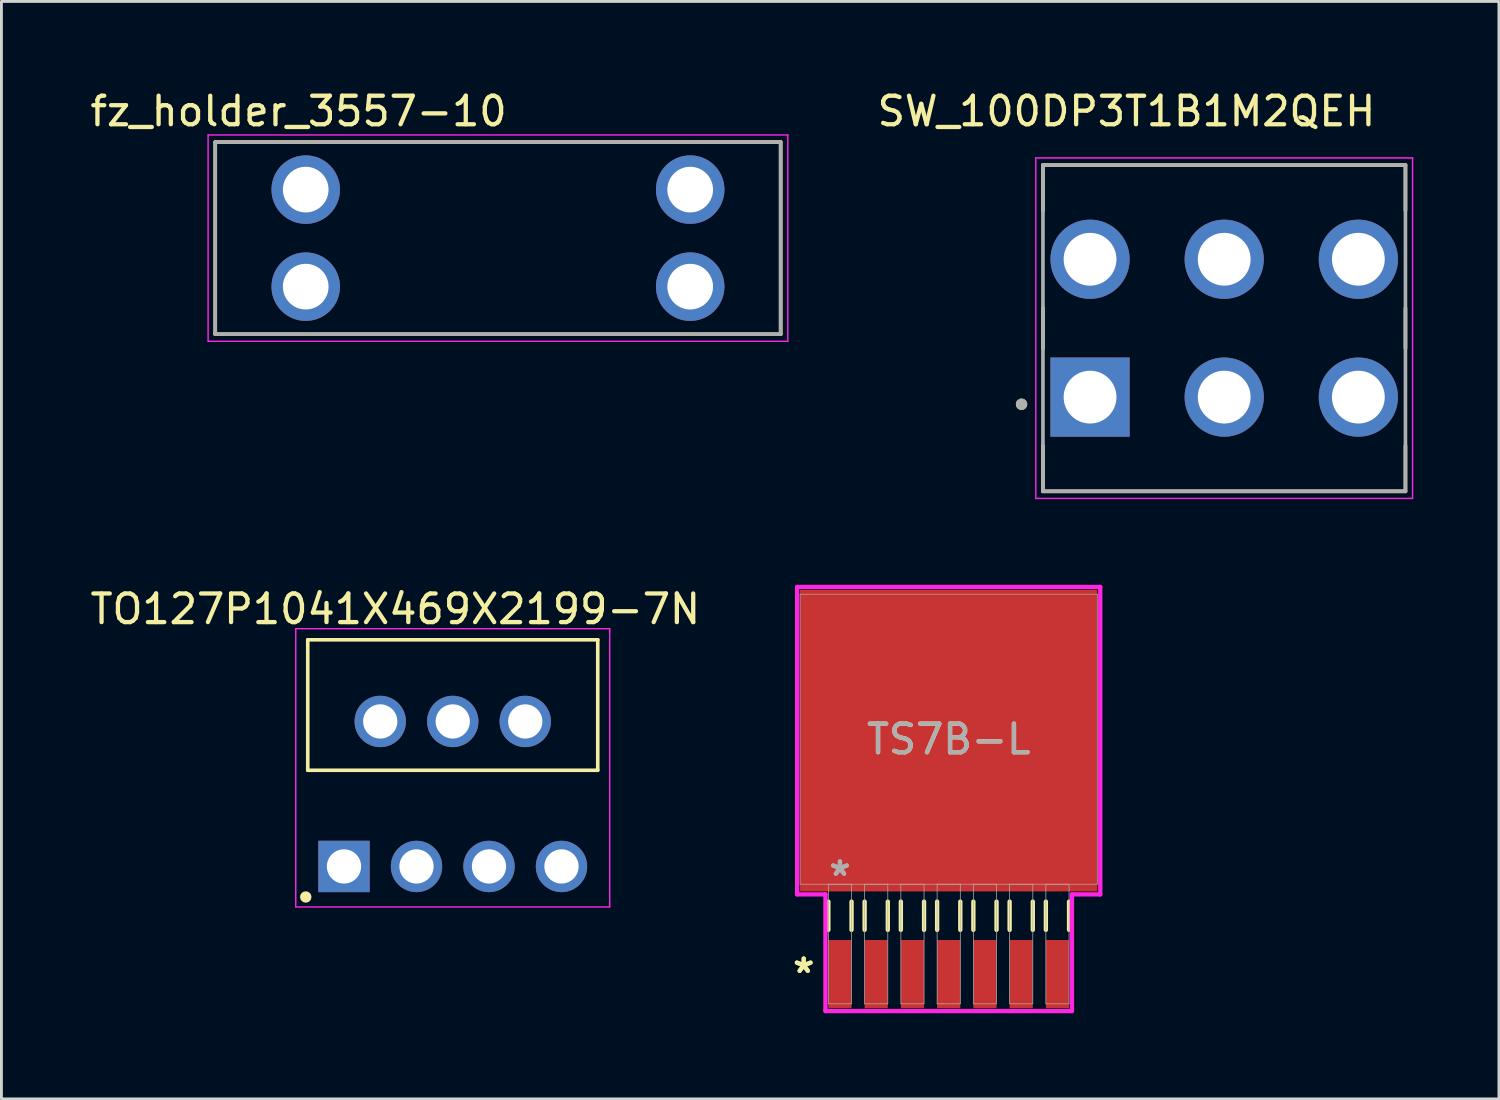
<source format=kicad_pcb>
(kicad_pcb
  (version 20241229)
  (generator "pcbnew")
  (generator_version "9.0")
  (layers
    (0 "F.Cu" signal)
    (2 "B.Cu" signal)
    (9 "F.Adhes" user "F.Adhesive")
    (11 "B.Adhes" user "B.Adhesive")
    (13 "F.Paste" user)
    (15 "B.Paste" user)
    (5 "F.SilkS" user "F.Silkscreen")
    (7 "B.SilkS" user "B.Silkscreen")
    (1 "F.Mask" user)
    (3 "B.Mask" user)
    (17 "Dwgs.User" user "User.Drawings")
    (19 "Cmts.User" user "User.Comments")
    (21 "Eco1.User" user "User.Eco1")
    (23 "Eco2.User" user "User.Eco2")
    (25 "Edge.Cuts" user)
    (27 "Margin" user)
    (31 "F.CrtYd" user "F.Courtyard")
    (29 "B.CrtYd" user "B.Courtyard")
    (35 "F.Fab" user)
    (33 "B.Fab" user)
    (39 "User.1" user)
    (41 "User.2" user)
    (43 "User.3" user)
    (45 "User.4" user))
  (footprint "SW_100DP3T1B1M2QEH"
    (layer "F.Cu")
    (at 39.84 8.448)
    (property "Reference" "SW_100DP3T1B1M2QEH" (at -3.425 -7.6 0) (layer "F.SilkS") (effects (font (size 1 1) (thickness 0.15))))
    (attr through_hole)
    (fp_line (start -6.35 -5.715) (end 6.35 -5.715) (stroke (width 0.127) (type solid)) (layer "F.SilkS"))
    (fp_line (start -6.35 -4.122) (end -6.35 -5.715) (stroke (width 0.127) (type solid)) (layer "F.SilkS"))
    (fp_line (start -6.35 -0.708) (end -6.35 0.708) (stroke (width 0.127) (type solid)) (layer "F.SilkS"))
    (fp_line (start -6.35 5.715) (end -6.35 4.122) (stroke (width 0.127) (type solid)) (layer "F.SilkS"))
    (fp_line (start 6.35 -5.715) (end 6.35 -4.122) (stroke (width 0.127) (type solid)) (layer "F.SilkS"))
    (fp_line (start 6.35 -0.708) (end 6.35 0.708) (stroke (width 0.127) (type solid)) (layer "F.SilkS"))
    (fp_line (start 6.35 5.715) (end -6.35 5.715) (stroke (width 0.127) (type solid)) (layer "F.SilkS"))
    (fp_line (start 6.35 5.715) (end 6.35 4.122) (stroke (width 0.127) (type solid)) (layer "F.SilkS"))
    (fp_circle (center -7.1 2.665) (end -7 2.665) (stroke (width 0.2) (type solid)) (fill no) (layer "F.SilkS"))
    (fp_line (start -6.6 -5.965) (end -6.6 5.965) (stroke (width 0.05) (type solid)) (layer "F.CrtYd"))
    (fp_line (start -6.6 5.965) (end 6.6 5.965) (stroke (width 0.05) (type solid)) (layer "F.CrtYd"))
    (fp_line (start 6.6 -5.965) (end -6.6 -5.965) (stroke (width 0.05) (type solid)) (layer "F.CrtYd"))
    (fp_line (start 6.6 5.965) (end 6.6 -5.965) (stroke (width 0.05) (type solid)) (layer "F.CrtYd"))
    (fp_line (start -6.35 -5.715) (end 6.35 -5.715) (stroke (width 0.127) (type solid)) (layer "F.Fab"))
    (fp_line (start -6.35 5.715) (end -6.35 -5.715) (stroke (width 0.127) (type solid)) (layer "F.Fab"))
    (fp_line (start 6.35 -5.715) (end 6.35 5.715) (stroke (width 0.127) (type solid)) (layer "F.Fab"))
    (fp_line (start 6.35 5.715) (end -6.35 5.715) (stroke (width 0.127) (type solid)) (layer "F.Fab"))
    (fp_circle (center -7.1 2.665) (end -7 2.665) (stroke (width 0.2) (type solid)) (fill no) (layer "F.Fab"))
    (pad "1" thru_hole rect (at -4.7 2.415) (size 2.775 2.775) (drill 1.85) (layers "*.Cu" "*.Mask"))
    (pad "2" thru_hole circle (at 0 2.415) (size 2.775 2.775) (drill 1.85) (layers "*.Cu" "*.Mask"))
    (pad "3" thru_hole circle (at 4.7 2.415) (size 2.775 2.775) (drill 1.85) (layers "*.Cu" "*.Mask"))
    (pad "4" thru_hole circle (at -4.7 -2.415) (size 2.775 2.775) (drill 1.85) (layers "*.Cu" "*.Mask"))
    (pad "5" thru_hole circle (at 0 -2.415) (size 2.775 2.775) (drill 1.85) (layers "*.Cu" "*.Mask"))
    (pad "6" thru_hole circle (at 4.7 -2.415) (size 2.775 2.775) (drill 1.85) (layers "*.Cu" "*.Mask")))
  (footprint "TO127P1041X469X2199-7N"
    (layer "F.Cu")
    (at 12.812 22.226)
    (property "Reference" "TO127P1041X469X2199-7N" (at -2.011 -3.937 0) (layer "F.SilkS") (effects (font (size 1.003 1.003) (thickness 0.15))))
    (attr through_hole)
    (fp_line (start -5.08 -2.86) (end -5.08 1.71) (stroke (width 0.127) (type solid)) (layer "F.SilkS"))
    (fp_line (start -5.08 1.71) (end 5.08 1.71) (stroke (width 0.127) (type solid)) (layer "F.SilkS"))
    (fp_line (start 5.08 -2.86) (end -5.08 -2.86) (stroke (width 0.127) (type solid)) (layer "F.SilkS"))
    (fp_line (start 5.08 1.71) (end 5.08 -2.86) (stroke (width 0.127) (type solid)) (layer "F.SilkS"))
    (fp_circle (center -5.15 6.15) (end -5.05 6.15) (stroke (width 0.2) (type solid)) (fill no) (layer "F.SilkS"))
    (fp_line (start -5.5 -3.25) (end 5.5 -3.25) (stroke (width 0.05) (type solid)) (layer "F.CrtYd"))
    (fp_line (start -5.5 6.5) (end -5.5 -3.25) (stroke (width 0.05) (type solid)) (layer "F.CrtYd"))
    (fp_line (start 5.5 -3.25) (end 5.5 6.5) (stroke (width 0.05) (type solid)) (layer "F.CrtYd"))
    (fp_line (start 5.5 6.5) (end -5.5 6.5) (stroke (width 0.05) (type solid)) (layer "F.CrtYd"))
    (pad "1" thru_hole rect (at -3.81 5.08) (size 1.8 1.8) (drill 1.2) (layers "*.Cu" "*.Mask"))
    (pad "2" thru_hole circle (at -2.54 0) (size 1.8 1.8) (drill 1.2) (layers "*.Cu" "*.Mask"))
    (pad "3" thru_hole circle (at -1.27 5.08) (size 1.8 1.8) (drill 1.2) (layers "*.Cu" "*.Mask"))
    (pad "4" thru_hole circle (at 0 0) (size 1.8 1.8) (drill 1.2) (layers "*.Cu" "*.Mask"))
    (pad "5" thru_hole circle (at 1.27 5.08) (size 1.8 1.8) (drill 1.2) (layers "*.Cu" "*.Mask"))
    (pad "6" thru_hole circle (at 2.54 0) (size 1.8 1.8) (drill 1.2) (layers "*.Cu" "*.Mask"))
    (pad "7" thru_hole circle (at 3.81 5.08) (size 1.8 1.8) (drill 1.2) (layers "*.Cu" "*.Mask")))
  (footprint "fz_holder_3557-10"
    (layer "F.Cu")
    (at 14.396 5.293)
    (property "Reference" "fz_holder_3557-10" (at -6.985 -4.445 0) (layer "F.SilkS") (effects (font (size 1 1) (thickness 0.15))))
    (attr through_hole)
    (fp_line (start -9.905 -3.365) (end -9.905 3.365) (stroke (width 0.127) (type solid)) (layer "F.SilkS"))
    (fp_line (start -9.905 3.365) (end 9.905 3.365) (stroke (width 0.127) (type solid)) (layer "F.SilkS"))
    (fp_line (start 9.905 -3.365) (end -9.905 -3.365) (stroke (width 0.127) (type solid)) (layer "F.SilkS"))
    (fp_line (start 9.905 3.365) (end 9.905 -3.365) (stroke (width 0.127) (type solid)) (layer "F.SilkS"))
    (fp_line (start -10.155 -3.615) (end 10.155 -3.615) (stroke (width 0.05) (type solid)) (layer "F.CrtYd"))
    (fp_line (start -10.155 3.615) (end -10.155 -3.615) (stroke (width 0.05) (type solid)) (layer "F.CrtYd"))
    (fp_line (start 10.155 -3.615) (end 10.155 3.615) (stroke (width 0.05) (type solid)) (layer "F.CrtYd"))
    (fp_line (start 10.155 3.615) (end -10.155 3.615) (stroke (width 0.05) (type solid)) (layer "F.CrtYd"))
    (fp_line (start -9.905 -3.365) (end -9.905 3.365) (stroke (width 0.127) (type solid)) (layer "F.Fab"))
    (fp_line (start -9.905 3.365) (end 9.905 3.365) (stroke (width 0.127) (type solid)) (layer "F.Fab"))
    (fp_line (start 9.905 -3.365) (end -9.905 -3.365) (stroke (width 0.127) (type solid)) (layer "F.Fab"))
    (fp_line (start 9.905 3.365) (end 9.905 -3.365) (stroke (width 0.127) (type solid)) (layer "F.Fab"))
    (pad "1_1" thru_hole circle (at -6.735 -1.7) (size 2.4 2.4) (drill 1.6) (layers "*.Cu" "*.Mask"))
    (pad "1_2" thru_hole circle (at -6.735 1.7) (size 2.4 2.4) (drill 1.6) (layers "*.Cu" "*.Mask"))
    (pad "2_1" thru_hole circle (at 6.735 -1.7) (size 2.4 2.4) (drill 1.6) (layers "*.Cu" "*.Mask"))
    (pad "2_2" thru_hole circle (at 6.735 1.7) (size 2.4 2.4) (drill 1.6) (layers "*.Cu" "*.Mask")))
  (footprint "TS7B-L"
    (layer "F.Cu")
    (at 30.188 22.848)
    (property "Reference" "TS7B-L" (at 0 0 0) (unlocked yes) (layer "F.SilkS") (effects (font (size 1 1) (thickness 0.15))))
    (attr smd)
    (fp_line (start -4.216 5.69) (end -4.216 6.68) (stroke (width 0.152) (type solid)) (layer "F.SilkS"))
    (fp_line (start -3.404 5.69) (end -3.404 6.68) (stroke (width 0.152) (type solid)) (layer "F.SilkS"))
    (fp_line (start -2.946 5.69) (end -2.946 6.68) (stroke (width 0.152) (type solid)) (layer "F.SilkS"))
    (fp_line (start -2.134 5.69) (end -2.134 6.68) (stroke (width 0.152) (type solid)) (layer "F.SilkS"))
    (fp_line (start -1.676 5.69) (end -1.676 6.68) (stroke (width 0.152) (type solid)) (layer "F.SilkS"))
    (fp_line (start -0.864 5.69) (end -0.864 6.68) (stroke (width 0.152) (type solid)) (layer "F.SilkS"))
    (fp_line (start -0.406 5.69) (end -0.406 6.68) (stroke (width 0.152) (type solid)) (layer "F.SilkS"))
    (fp_line (start 0.406 5.69) (end 0.406 6.68) (stroke (width 0.152) (type solid)) (layer "F.SilkS"))
    (fp_line (start 0.864 5.69) (end 0.864 6.68) (stroke (width 0.152) (type solid)) (layer "F.SilkS"))
    (fp_line (start 1.676 5.69) (end 1.676 6.68) (stroke (width 0.152) (type solid)) (layer "F.SilkS"))
    (fp_line (start 2.134 5.69) (end 2.134 6.68) (stroke (width 0.152) (type solid)) (layer "F.SilkS"))
    (fp_line (start 2.946 5.69) (end 2.946 6.68) (stroke (width 0.152) (type solid)) (layer "F.SilkS"))
    (fp_line (start 3.404 5.69) (end 3.404 6.68) (stroke (width 0.152) (type solid)) (layer "F.SilkS"))
    (fp_line (start 4.216 5.69) (end 4.216 6.68) (stroke (width 0.152) (type solid)) (layer "F.SilkS"))
    (fp_line (start -5.309 -5.334) (end 5.309 -5.334) (stroke (width 0.152) (type solid)) (layer "F.CrtYd"))
    (fp_line (start -5.309 5.436) (end -5.309 -5.334) (stroke (width 0.152) (type solid)) (layer "F.CrtYd"))
    (fp_line (start -4.318 5.436) (end -5.309 5.436) (stroke (width 0.152) (type solid)) (layer "F.CrtYd"))
    (fp_line (start -4.318 9.525) (end -4.318 5.436) (stroke (width 0.152) (type solid)) (layer "F.CrtYd"))
    (fp_line (start 4.318 5.436) (end 4.318 9.525) (stroke (width 0.152) (type solid)) (layer "F.CrtYd"))
    (fp_line (start 4.318 9.525) (end -4.318 9.525) (stroke (width 0.152) (type solid)) (layer "F.CrtYd"))
    (fp_line (start 5.309 -5.334) (end 5.309 5.436) (stroke (width 0.152) (type solid)) (layer "F.CrtYd"))
    (fp_line (start 5.309 5.436) (end 4.318 5.436) (stroke (width 0.152) (type solid)) (layer "F.CrtYd"))
    (fp_line (start -5.207 -5.08) (end -5.207 5.08) (stroke (width 0.025) (type solid)) (layer "F.Fab"))
    (fp_line (start -5.207 5.08) (end 5.207 5.08) (stroke (width 0.025) (type solid)) (layer "F.Fab"))
    (fp_line (start -4.216 5.08) (end -4.216 9.271) (stroke (width 0.025) (type solid)) (layer "F.Fab"))
    (fp_line (start -4.216 9.271) (end -3.404 9.271) (stroke (width 0.025) (type solid)) (layer "F.Fab"))
    (fp_line (start -3.404 5.08) (end -4.216 5.08) (stroke (width 0.025) (type solid)) (layer "F.Fab"))
    (fp_line (start -3.404 9.271) (end -3.404 5.08) (stroke (width 0.025) (type solid)) (layer "F.Fab"))
    (fp_line (start -2.946 5.08) (end -2.946 9.271) (stroke (width 0.025) (type solid)) (layer "F.Fab"))
    (fp_line (start -2.946 9.271) (end -2.134 9.271) (stroke (width 0.025) (type solid)) (layer "F.Fab"))
    (fp_line (start -2.134 5.08) (end -2.946 5.08) (stroke (width 0.025) (type solid)) (layer "F.Fab"))
    (fp_line (start -2.134 9.271) (end -2.134 5.08) (stroke (width 0.025) (type solid)) (layer "F.Fab"))
    (fp_line (start -1.676 5.08) (end -1.676 9.271) (stroke (width 0.025) (type solid)) (layer "F.Fab"))
    (fp_line (start -1.676 9.271) (end -0.864 9.271) (stroke (width 0.025) (type solid)) (layer "F.Fab"))
    (fp_line (start -0.864 5.08) (end -1.676 5.08) (stroke (width 0.025) (type solid)) (layer "F.Fab"))
    (fp_line (start -0.864 9.271) (end -0.864 5.08) (stroke (width 0.025) (type solid)) (layer "F.Fab"))
    (fp_line (start -0.406 5.08) (end -0.406 9.271) (stroke (width 0.025) (type solid)) (layer "F.Fab"))
    (fp_line (start -0.406 9.271) (end 0.406 9.271) (stroke (width 0.025) (type solid)) (layer "F.Fab"))
    (fp_line (start 0.406 5.08) (end -0.406 5.08) (stroke (width 0.025) (type solid)) (layer "F.Fab"))
    (fp_line (start 0.406 9.271) (end 0.406 5.08) (stroke (width 0.025) (type solid)) (layer "F.Fab"))
    (fp_line (start 0.864 5.08) (end 0.864 9.271) (stroke (width 0.025) (type solid)) (layer "F.Fab"))
    (fp_line (start 0.864 9.271) (end 1.676 9.271) (stroke (width 0.025) (type solid)) (layer "F.Fab"))
    (fp_line (start 1.676 5.08) (end 0.864 5.08) (stroke (width 0.025) (type solid)) (layer "F.Fab"))
    (fp_line (start 1.676 9.271) (end 1.676 5.08) (stroke (width 0.025) (type solid)) (layer "F.Fab"))
    (fp_line (start 2.134 5.08) (end 2.134 9.271) (stroke (width 0.025) (type solid)) (layer "F.Fab"))
    (fp_line (start 2.134 9.271) (end 2.946 9.271) (stroke (width 0.025) (type solid)) (layer "F.Fab"))
    (fp_line (start 2.946 5.08) (end 2.134 5.08) (stroke (width 0.025) (type solid)) (layer "F.Fab"))
    (fp_line (start 2.946 9.271) (end 2.946 5.08) (stroke (width 0.025) (type solid)) (layer "F.Fab"))
    (fp_line (start 3.404 5.08) (end 3.404 9.271) (stroke (width 0.025) (type solid)) (layer "F.Fab"))
    (fp_line (start 3.404 9.271) (end 4.216 9.271) (stroke (width 0.025) (type solid)) (layer "F.Fab"))
    (fp_line (start 4.216 5.08) (end 3.404 5.08) (stroke (width 0.025) (type solid)) (layer "F.Fab"))
    (fp_line (start 4.216 9.271) (end 4.216 5.08) (stroke (width 0.025) (type solid)) (layer "F.Fab"))
    (fp_line (start 5.207 -5.08) (end -5.207 -5.08) (stroke (width 0.025) (type solid)) (layer "F.Fab"))
    (fp_line (start 5.207 5.08) (end 5.207 -5.08) (stroke (width 0.025) (type solid)) (layer "F.Fab"))
    (fp_text user "*" (at -5.08 8.23 0) (unlocked yes) (layer "F.SilkS") (effects (font (size 1 1) (thickness 0.15))))
    (fp_text user "*" (at -5.08 8.23 0) (layer "F.SilkS") (effects (font (size 1 1) (thickness 0.15))))
    (fp_text user "*" (at -3.81 4.826 0) (layer "F.Fab") (effects (font (size 1 1) (thickness 0.15))))
    (fp_text user "*" (at -3.81 4.826 0) (unlocked yes) (layer "F.Fab") (effects (font (size 1 1) (thickness 0.15))))
    (fp_text user "${REFERENCE}" (at 0 0 0) (unlocked yes) (layer "F.Fab") (effects (font (size 1 1) (thickness 0.15))))
    (pad "1" smd rect (at -3.81 8.23) (size 0.813 2.388) (layers "F.Cu" "F.Mask" "F.Paste"))
    (pad "2" smd rect (at -2.54 8.23) (size 0.813 2.388) (layers "F.Cu" "F.Mask" "F.Paste"))
    (pad "3" smd rect (at -1.27 8.23) (size 0.813 2.388) (layers "F.Cu" "F.Mask" "F.Paste"))
    (pad "4" smd rect (at 0 8.23) (size 0.813 2.388) (layers "F.Cu" "F.Mask" "F.Paste"))
    (pad "5" smd rect (at 1.27 8.23) (size 0.813 2.388) (layers "F.Cu" "F.Mask" "F.Paste"))
    (pad "6" smd rect (at 2.54 8.23) (size 0.813 2.388) (layers "F.Cu" "F.Mask" "F.Paste"))
    (pad "7" smd rect (at 3.81 8.23) (size 0.813 2.388) (layers "F.Cu" "F.Mask" "F.Paste"))
    (pad "8" smd rect (at 0 0.051) (size 10.414 10.566) (layers "F.Cu" "F.Mask" "F.Paste")))
  (gr_rect
    (start -3 -3)
    (end 49.465 35.45)
    (stroke (width 0.1) (type default))
    (fill no)
    (layer "Edge.Cuts")))
</source>
